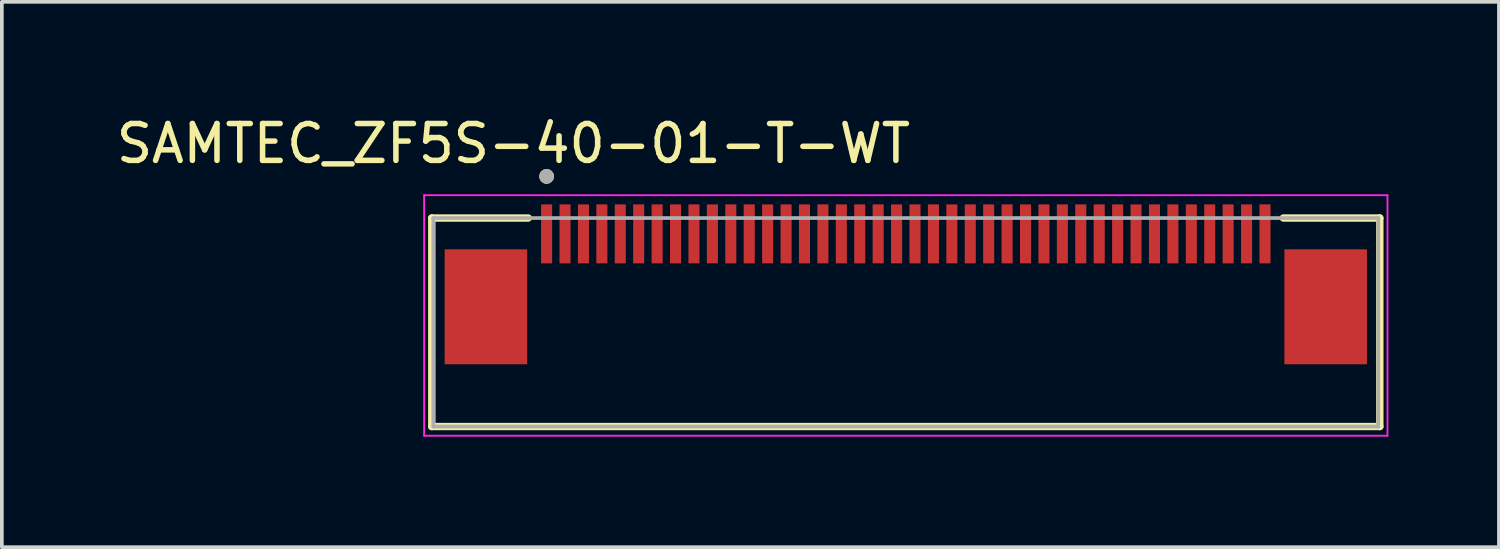
<source format=kicad_pcb>
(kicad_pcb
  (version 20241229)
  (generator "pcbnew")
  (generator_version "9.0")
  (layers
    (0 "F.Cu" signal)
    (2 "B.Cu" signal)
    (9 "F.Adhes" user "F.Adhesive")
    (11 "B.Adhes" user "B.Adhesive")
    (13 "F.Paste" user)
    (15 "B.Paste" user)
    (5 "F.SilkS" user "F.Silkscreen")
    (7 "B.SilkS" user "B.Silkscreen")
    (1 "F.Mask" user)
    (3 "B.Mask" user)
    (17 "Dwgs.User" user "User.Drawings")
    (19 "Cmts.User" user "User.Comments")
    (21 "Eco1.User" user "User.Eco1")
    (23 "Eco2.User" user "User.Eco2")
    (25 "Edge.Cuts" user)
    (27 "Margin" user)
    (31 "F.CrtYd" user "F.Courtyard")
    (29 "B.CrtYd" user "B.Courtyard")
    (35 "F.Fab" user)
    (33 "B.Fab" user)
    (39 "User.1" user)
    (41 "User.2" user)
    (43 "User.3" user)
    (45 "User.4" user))
  (footprint "SAMTEC_ZF5S-40-01-T-WT"
    (layer "F.Cu")
    (at 21.537 5.278)
    (property "Reference" "SAMTEC_ZF5S-40-01-T-WT" (at -10.65 -4.43 0) (layer "F.SilkS") (effects (font (size 1 1) (thickness 0.15))))
    (attr smd)
    (fp_line (start -12.867 -2.41) (end -12.867 3.25) (stroke (width 0.2) (type solid)) (layer "F.SilkS"))
    (fp_line (start -12.867 -2.41) (end -10.247 -2.41) (stroke (width 0.2) (type solid)) (layer "F.SilkS"))
    (fp_line (start -12.867 3.25) (end 12.867 3.25) (stroke (width 0.2) (type solid)) (layer "F.SilkS"))
    (fp_line (start 12.867 -2.41) (end 10.247 -2.41) (stroke (width 0.2) (type solid)) (layer "F.SilkS"))
    (fp_line (start 12.867 -2.41) (end 12.867 3.25) (stroke (width 0.2) (type solid)) (layer "F.SilkS"))
    (fp_circle (center -9.75 -3.54) (end -9.65 -3.54) (stroke (width 0.2) (type solid)) (fill no) (layer "F.SilkS"))
    (fp_line (start -13.075 -3.03) (end 13.075 -3.03) (stroke (width 0.05) (type solid)) (layer "F.CrtYd"))
    (fp_line (start -13.075 3.5) (end -13.075 -3.03) (stroke (width 0.05) (type solid)) (layer "F.CrtYd"))
    (fp_line (start 13.075 -3.03) (end 13.075 3.5) (stroke (width 0.05) (type solid)) (layer "F.CrtYd"))
    (fp_line (start 13.075 3.5) (end -13.075 3.5) (stroke (width 0.05) (type solid)) (layer "F.CrtYd"))
    (fp_line (start -12.825 -2.41) (end 12.825 -2.41) (stroke (width 0.1) (type solid)) (layer "F.Fab"))
    (fp_line (start -12.825 3.25) (end -12.825 -2.41) (stroke (width 0.1) (type solid)) (layer "F.Fab"))
    (fp_line (start 12.825 -2.41) (end 12.825 3.25) (stroke (width 0.1) (type solid)) (layer "F.Fab"))
    (fp_line (start 12.825 3.25) (end -12.825 3.25) (stroke (width 0.1) (type solid)) (layer "F.Fab"))
    (fp_circle (center -9.75 -3.54) (end -9.65 -3.54) (stroke (width 0.2) (type solid)) (fill no) (layer "F.Fab"))
    (pad "01" smd rect (at -9.75 -1.98) (size 0.3 1.6) (layers "F.Cu" "F.Mask" "F.Paste"))
    (pad "02" smd rect (at -9.25 -1.98) (size 0.3 1.6) (layers "F.Cu" "F.Mask" "F.Paste"))
    (pad "03" smd rect (at -8.75 -1.98) (size 0.3 1.6) (layers "F.Cu" "F.Mask" "F.Paste"))
    (pad "04" smd rect (at -8.25 -1.98) (size 0.3 1.6) (layers "F.Cu" "F.Mask" "F.Paste"))
    (pad "05" smd rect (at -7.75 -1.98) (size 0.3 1.6) (layers "F.Cu" "F.Mask" "F.Paste"))
    (pad "06" smd rect (at -7.25 -1.98) (size 0.3 1.6) (layers "F.Cu" "F.Mask" "F.Paste"))
    (pad "07" smd rect (at -6.75 -1.98) (size 0.3 1.6) (layers "F.Cu" "F.Mask" "F.Paste"))
    (pad "08" smd rect (at -6.25 -1.98) (size 0.3 1.6) (layers "F.Cu" "F.Mask" "F.Paste"))
    (pad "09" smd rect (at -5.75 -1.98) (size 0.3 1.6) (layers "F.Cu" "F.Mask" "F.Paste"))
    (pad "10" smd rect (at -5.25 -1.98) (size 0.3 1.6) (layers "F.Cu" "F.Mask" "F.Paste"))
    (pad "11" smd rect (at -4.75 -1.98) (size 0.3 1.6) (layers "F.Cu" "F.Mask" "F.Paste"))
    (pad "12" smd rect (at -4.25 -1.98) (size 0.3 1.6) (layers "F.Cu" "F.Mask" "F.Paste"))
    (pad "13" smd rect (at -3.75 -1.98) (size 0.3 1.6) (layers "F.Cu" "F.Mask" "F.Paste"))
    (pad "14" smd rect (at -3.25 -1.98) (size 0.3 1.6) (layers "F.Cu" "F.Mask" "F.Paste"))
    (pad "15" smd rect (at -2.75 -1.98) (size 0.3 1.6) (layers "F.Cu" "F.Mask" "F.Paste"))
    (pad "16" smd rect (at -2.25 -1.98) (size 0.3 1.6) (layers "F.Cu" "F.Mask" "F.Paste"))
    (pad "17" smd rect (at -1.75 -1.98) (size 0.3 1.6) (layers "F.Cu" "F.Mask" "F.Paste"))
    (pad "18" smd rect (at -1.25 -1.98) (size 0.3 1.6) (layers "F.Cu" "F.Mask" "F.Paste"))
    (pad "19" smd rect (at -0.75 -1.98) (size 0.3 1.6) (layers "F.Cu" "F.Mask" "F.Paste"))
    (pad "20" smd rect (at -0.25 -1.98) (size 0.3 1.6) (layers "F.Cu" "F.Mask" "F.Paste"))
    (pad "21" smd rect (at 0.25 -1.98) (size 0.3 1.6) (layers "F.Cu" "F.Mask" "F.Paste"))
    (pad "22" smd rect (at 0.75 -1.98) (size 0.3 1.6) (layers "F.Cu" "F.Mask" "F.Paste"))
    (pad "23" smd rect (at 1.25 -1.98) (size 0.3 1.6) (layers "F.Cu" "F.Mask" "F.Paste"))
    (pad "24" smd rect (at 1.75 -1.98) (size 0.3 1.6) (layers "F.Cu" "F.Mask" "F.Paste"))
    (pad "25" smd rect (at 2.25 -1.98) (size 0.3 1.6) (layers "F.Cu" "F.Mask" "F.Paste"))
    (pad "26" smd rect (at 2.75 -1.98) (size 0.3 1.6) (layers "F.Cu" "F.Mask" "F.Paste"))
    (pad "27" smd rect (at 3.25 -1.98) (size 0.3 1.6) (layers "F.Cu" "F.Mask" "F.Paste"))
    (pad "28" smd rect (at 3.75 -1.98) (size 0.3 1.6) (layers "F.Cu" "F.Mask" "F.Paste"))
    (pad "29" smd rect (at 4.25 -1.98) (size 0.3 1.6) (layers "F.Cu" "F.Mask" "F.Paste"))
    (pad "30" smd rect (at 4.75 -1.98) (size 0.3 1.6) (layers "F.Cu" "F.Mask" "F.Paste"))
    (pad "31" smd rect (at 5.25 -1.98) (size 0.3 1.6) (layers "F.Cu" "F.Mask" "F.Paste"))
    (pad "32" smd rect (at 5.75 -1.98) (size 0.3 1.6) (layers "F.Cu" "F.Mask" "F.Paste"))
    (pad "33" smd rect (at 6.25 -1.98) (size 0.3 1.6) (layers "F.Cu" "F.Mask" "F.Paste"))
    (pad "34" smd rect (at 6.75 -1.98) (size 0.3 1.6) (layers "F.Cu" "F.Mask" "F.Paste"))
    (pad "35" smd rect (at 7.25 -1.98) (size 0.3 1.6) (layers "F.Cu" "F.Mask" "F.Paste"))
    (pad "36" smd rect (at 7.75 -1.98) (size 0.3 1.6) (layers "F.Cu" "F.Mask" "F.Paste"))
    (pad "37" smd rect (at 8.25 -1.98) (size 0.3 1.6) (layers "F.Cu" "F.Mask" "F.Paste"))
    (pad "38" smd rect (at 8.75 -1.98) (size 0.3 1.6) (layers "F.Cu" "F.Mask" "F.Paste"))
    (pad "39" smd rect (at 9.25 -1.98) (size 0.3 1.6) (layers "F.Cu" "F.Mask" "F.Paste"))
    (pad "40" smd rect (at 9.75 -1.98) (size 0.3 1.6) (layers "F.Cu" "F.Mask" "F.Paste"))
    (pad "S1" smd rect (at -11.397 0) (size 2.24 3.12) (layers "F.Cu" "F.Mask" "F.Paste"))
    (pad "S2" smd rect (at 11.397 0) (size 2.24 3.12) (layers "F.Cu" "F.Mask" "F.Paste")))
  (gr_rect
    (start -3 -3)
    (end 37.637 11.803)
    (stroke (width 0.1) (type default))
    (fill no)
    (layer "Edge.Cuts")))
</source>
